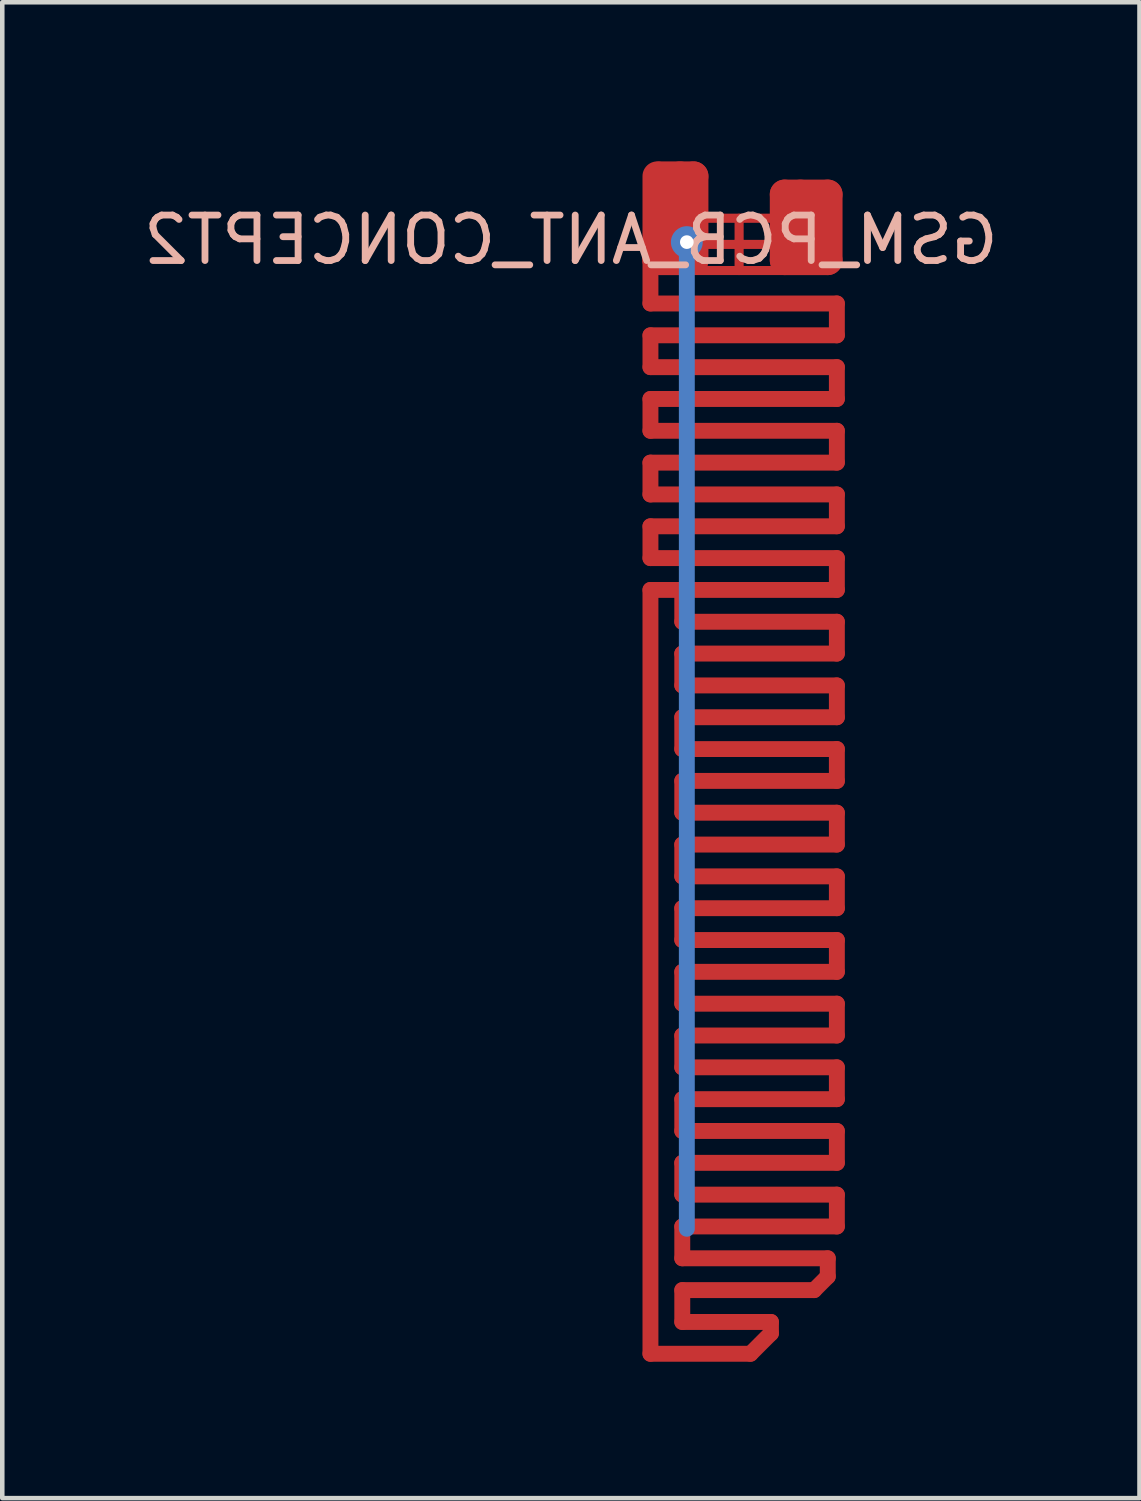
<source format=kicad_pcb>
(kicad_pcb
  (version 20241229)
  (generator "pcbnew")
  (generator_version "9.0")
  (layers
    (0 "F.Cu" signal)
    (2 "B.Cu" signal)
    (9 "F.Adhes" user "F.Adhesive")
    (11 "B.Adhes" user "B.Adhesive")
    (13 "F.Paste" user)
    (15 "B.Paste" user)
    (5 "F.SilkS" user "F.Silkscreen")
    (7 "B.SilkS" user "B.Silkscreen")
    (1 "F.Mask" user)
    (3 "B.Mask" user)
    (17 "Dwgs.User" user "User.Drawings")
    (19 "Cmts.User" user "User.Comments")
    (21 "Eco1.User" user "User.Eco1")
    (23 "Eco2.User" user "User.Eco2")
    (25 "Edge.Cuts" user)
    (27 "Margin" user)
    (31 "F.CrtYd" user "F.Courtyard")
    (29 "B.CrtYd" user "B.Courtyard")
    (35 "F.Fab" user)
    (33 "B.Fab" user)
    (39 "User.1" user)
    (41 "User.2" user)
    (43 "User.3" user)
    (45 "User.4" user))
  (footprint "GSM_PCB_ANT_CONCEPT2"
    (layer "F.Cu")
    (at 13.206 2.325)
    (property "Reference" "GSM_PCB_ANT_CONCEPT2" (at -3.7 -0.1 0) (layer "B.SilkS") (effects (font (size 1 1) (thickness 0.15)) (justify mirror)))
    (attr through_hole)
    (fp_line (start -1.95 1.3) (end -1.95 0.2) (stroke (width 0.35) (type solid)) (layer "F.Cu"))
    (fp_line (start -1.95 2.7) (end -1.95 2) (stroke (width 0.35) (type solid)) (layer "F.Cu"))
    (fp_line (start -1.95 4.1) (end -1.95 3.4) (stroke (width 0.35) (type solid)) (layer "F.Cu"))
    (fp_line (start -1.95 5.5) (end -1.95 4.8) (stroke (width 0.35) (type solid)) (layer "F.Cu"))
    (fp_line (start -1.95 6.9) (end -1.95 6.2) (stroke (width 0.35) (type solid)) (layer "F.Cu"))
    (fp_line (start -1.95 24.4) (end -1.95 7.6) (stroke (width 0.35) (type solid)) (layer "F.Cu"))
    (fp_line (start -1.8 -0.575) (end 1.9 -0.575) (stroke (width 0.2) (type solid)) (layer "F.Cu"))
    (fp_line (start -1.8 0.35) (end -1.8 -1.5) (stroke (width 0.65) (type solid)) (layer "F.Cu"))
    (fp_line (start -1.75 0) (end 1.95 0) (stroke (width 0.2) (type solid)) (layer "F.Cu"))
    (fp_line (start -1.75 0.575) (end 1.95 0.575) (stroke (width 0.2) (type solid)) (layer "F.Cu"))
    (fp_line (start -1.3 0) (end -1.3 -1.5) (stroke (width 0.65) (type solid)) (layer "F.Cu"))
    (fp_line (start -1.25 7.6) (end -1.95 7.6) (stroke (width 0.35) (type solid)) (layer "F.Cu"))
    (fp_line (start -1.25 8.3) (end -1.25 7.6) (stroke (width 0.35) (type solid)) (layer "F.Cu"))
    (fp_line (start -1.25 9.7) (end -1.25 9) (stroke (width 0.35) (type solid)) (layer "F.Cu"))
    (fp_line (start -1.25 11.1) (end -1.25 10.4) (stroke (width 0.35) (type solid)) (layer "F.Cu"))
    (fp_line (start -1.25 12.5) (end -1.25 11.8) (stroke (width 0.35) (type solid)) (layer "F.Cu"))
    (fp_line (start -1.25 13.9) (end -1.25 13.2) (stroke (width 0.35) (type solid)) (layer "F.Cu"))
    (fp_line (start -1.25 15.3) (end -1.25 14.6) (stroke (width 0.35) (type solid)) (layer "F.Cu"))
    (fp_line (start -1.25 16.7) (end -1.25 16) (stroke (width 0.35) (type solid)) (layer "F.Cu"))
    (fp_line (start -1.25 18.1) (end -1.25 17.4) (stroke (width 0.35) (type solid)) (layer "F.Cu"))
    (fp_line (start -1.25 19.5) (end -1.25 18.8) (stroke (width 0.35) (type solid)) (layer "F.Cu"))
    (fp_line (start -1.25 20.9) (end -1.25 20.2) (stroke (width 0.35) (type solid)) (layer "F.Cu"))
    (fp_line (start -1.25 22.3) (end -1.25 21.6) (stroke (width 0.35) (type solid)) (layer "F.Cu"))
    (fp_line (start -1.25 23.7) (end -1.25 23) (stroke (width 0.35) (type solid)) (layer "F.Cu"))
    (fp_line (start -1 -1.5) (end -1.75 -1.5) (stroke (width 0.65) (type solid)) (layer "F.Cu"))
    (fp_line (start -1 0.35) (end -1.8 0.35) (stroke (width 0.65) (type solid)) (layer "F.Cu"))
    (fp_line (start -1 0.35) (end -1 -1.5) (stroke (width 0.65) (type solid)) (layer "F.Cu"))
    (fp_line (start 0 -0.575) (end 0 0.575) (stroke (width 0.2) (type solid)) (layer "F.Cu"))
    (fp_line (start 0.25 24.4) (end -1.95 24.4) (stroke (width 0.35) (type solid)) (layer "F.Cu"))
    (fp_line (start 0.25 24.4) (end 0.7 23.95) (stroke (width 0.35) (type solid)) (layer "F.Cu"))
    (fp_line (start 0.7 23.7) (end -1.25 23.7) (stroke (width 0.35) (type solid)) (layer "F.Cu"))
    (fp_line (start 0.7 23.95) (end 0.7 23.7) (stroke (width 0.35) (type solid)) (layer "F.Cu"))
    (fp_line (start 1 0.35) (end 1 -1.1) (stroke (width 0.65) (type solid)) (layer "F.Cu"))
    (fp_line (start 1.35 0) (end 1.35 -1.1) (stroke (width 0.65) (type solid)) (layer "F.Cu"))
    (fp_line (start 1.65 23) (end -1.25 23) (stroke (width 0.35) (type solid)) (layer "F.Cu"))
    (fp_line (start 1.65 23) (end 1.95 22.7) (stroke (width 0.35) (type solid)) (layer "F.Cu"))
    (fp_line (start 1.95 -1.1) (end 1 -1.1) (stroke (width 0.65) (type solid)) (layer "F.Cu"))
    (fp_line (start 1.95 0.35) (end 1 0.35) (stroke (width 0.65) (type solid)) (layer "F.Cu"))
    (fp_line (start 1.95 0.35) (end 1.95 -1.1) (stroke (width 0.65) (type solid)) (layer "F.Cu"))
    (fp_line (start 1.95 22.3) (end -1.25 22.3) (stroke (width 0.35) (type solid)) (layer "F.Cu"))
    (fp_line (start 1.95 22.7) (end 1.95 22.3) (stroke (width 0.35) (type solid)) (layer "F.Cu"))
    (fp_line (start 2.15 1.3) (end -1.95 1.3) (stroke (width 0.35) (type solid)) (layer "F.Cu"))
    (fp_line (start 2.15 2) (end -1.95 2) (stroke (width 0.35) (type solid)) (layer "F.Cu"))
    (fp_line (start 2.15 2) (end 2.15 1.3) (stroke (width 0.35) (type solid)) (layer "F.Cu"))
    (fp_line (start 2.15 2.7) (end -1.95 2.7) (stroke (width 0.35) (type solid)) (layer "F.Cu"))
    (fp_line (start 2.15 3.4) (end -1.95 3.4) (stroke (width 0.35) (type solid)) (layer "F.Cu"))
    (fp_line (start 2.15 3.4) (end 2.15 2.7) (stroke (width 0.35) (type solid)) (layer "F.Cu"))
    (fp_line (start 2.15 4.1) (end -1.95 4.1) (stroke (width 0.35) (type solid)) (layer "F.Cu"))
    (fp_line (start 2.15 4.8) (end -1.95 4.8) (stroke (width 0.35) (type solid)) (layer "F.Cu"))
    (fp_line (start 2.15 4.8) (end 2.15 4.1) (stroke (width 0.35) (type solid)) (layer "F.Cu"))
    (fp_line (start 2.15 5.5) (end -1.95 5.5) (stroke (width 0.35) (type solid)) (layer "F.Cu"))
    (fp_line (start 2.15 6.2) (end -1.95 6.2) (stroke (width 0.35) (type solid)) (layer "F.Cu"))
    (fp_line (start 2.15 6.2) (end 2.15 5.5) (stroke (width 0.35) (type solid)) (layer "F.Cu"))
    (fp_line (start 2.15 6.9) (end -1.95 6.9) (stroke (width 0.35) (type solid)) (layer "F.Cu"))
    (fp_line (start 2.15 7.6) (end -1.25 7.6) (stroke (width 0.35) (type solid)) (layer "F.Cu"))
    (fp_line (start 2.15 7.6) (end 2.15 6.9) (stroke (width 0.35) (type solid)) (layer "F.Cu"))
    (fp_line (start 2.15 8.3) (end -1.25 8.3) (stroke (width 0.35) (type solid)) (layer "F.Cu"))
    (fp_line (start 2.15 9) (end -1.25 9) (stroke (width 0.35) (type solid)) (layer "F.Cu"))
    (fp_line (start 2.15 9) (end 2.15 8.3) (stroke (width 0.35) (type solid)) (layer "F.Cu"))
    (fp_line (start 2.15 9.7) (end -1.25 9.7) (stroke (width 0.35) (type solid)) (layer "F.Cu"))
    (fp_line (start 2.15 10.4) (end -1.25 10.4) (stroke (width 0.35) (type solid)) (layer "F.Cu"))
    (fp_line (start 2.15 10.4) (end 2.15 9.7) (stroke (width 0.35) (type solid)) (layer "F.Cu"))
    (fp_line (start 2.15 11.1) (end -1.25 11.1) (stroke (width 0.35) (type solid)) (layer "F.Cu"))
    (fp_line (start 2.15 11.8) (end -1.25 11.8) (stroke (width 0.35) (type solid)) (layer "F.Cu"))
    (fp_line (start 2.15 11.8) (end 2.15 11.1) (stroke (width 0.35) (type solid)) (layer "F.Cu"))
    (fp_line (start 2.15 12.5) (end -1.25 12.5) (stroke (width 0.35) (type solid)) (layer "F.Cu"))
    (fp_line (start 2.15 13.2) (end -1.25 13.2) (stroke (width 0.35) (type solid)) (layer "F.Cu"))
    (fp_line (start 2.15 13.2) (end 2.15 12.5) (stroke (width 0.35) (type solid)) (layer "F.Cu"))
    (fp_line (start 2.15 13.9) (end -1.25 13.9) (stroke (width 0.35) (type solid)) (layer "F.Cu"))
    (fp_line (start 2.15 14.6) (end -1.25 14.6) (stroke (width 0.35) (type solid)) (layer "F.Cu"))
    (fp_line (start 2.15 14.6) (end 2.15 13.9) (stroke (width 0.35) (type solid)) (layer "F.Cu"))
    (fp_line (start 2.15 15.3) (end -1.25 15.3) (stroke (width 0.35) (type solid)) (layer "F.Cu"))
    (fp_line (start 2.15 16) (end -1.25 16) (stroke (width 0.35) (type solid)) (layer "F.Cu"))
    (fp_line (start 2.15 16) (end 2.15 15.3) (stroke (width 0.35) (type solid)) (layer "F.Cu"))
    (fp_line (start 2.15 16.7) (end -1.25 16.7) (stroke (width 0.35) (type solid)) (layer "F.Cu"))
    (fp_line (start 2.15 17.4) (end -1.25 17.4) (stroke (width 0.35) (type solid)) (layer "F.Cu"))
    (fp_line (start 2.15 17.4) (end 2.15 16.7) (stroke (width 0.35) (type solid)) (layer "F.Cu"))
    (fp_line (start 2.15 18.1) (end -1.25 18.1) (stroke (width 0.35) (type solid)) (layer "F.Cu"))
    (fp_line (start 2.15 18.8) (end -1.25 18.8) (stroke (width 0.35) (type solid)) (layer "F.Cu"))
    (fp_line (start 2.15 18.8) (end 2.15 18.1) (stroke (width 0.35) (type solid)) (layer "F.Cu"))
    (fp_line (start 2.15 19.5) (end -1.25 19.5) (stroke (width 0.35) (type solid)) (layer "F.Cu"))
    (fp_line (start 2.15 20.2) (end -1.25 20.2) (stroke (width 0.35) (type solid)) (layer "F.Cu"))
    (fp_line (start 2.15 20.2) (end 2.15 19.5) (stroke (width 0.35) (type solid)) (layer "F.Cu"))
    (fp_line (start 2.15 20.9) (end -1.25 20.9) (stroke (width 0.35) (type solid)) (layer "F.Cu"))
    (fp_line (start 2.15 21.6) (end -1.25 21.6) (stroke (width 0.35) (type solid)) (layer "F.Cu"))
    (fp_line (start 2.15 21.6) (end 2.15 20.9) (stroke (width 0.35) (type solid)) (layer "F.Cu"))
    (fp_line (start -1.15 21.65) (end -1.15 0.15) (stroke (width 0.35) (type solid)) (layer "B.Cu"))
    (fp_line (start -2.1 -2.3) (end -2.1 22.6) (stroke (width 0.05) (type solid)) (layer "Eco1.User"))
    (fp_line (start -2.1 -2.3) (end 2.3 -2.3) (stroke (width 0.05) (type solid)) (layer "Eco1.User"))
    (fp_line (start -2.1 22.6) (end 2.1 22.6) (stroke (width 0.05) (type solid)) (layer "Eco1.User"))
    (fp_line (start -2.1 22.7) (end -2.1 22.8) (stroke (width 0.05) (type solid)) (layer "Eco1.User"))
    (fp_line (start -2.1 22.95) (end -2.1 23.05) (stroke (width 0.05) (type solid)) (layer "Eco1.User"))
    (fp_line (start -2.1 23.2) (end -2.1 23.3) (stroke (width 0.05) (type solid)) (layer "Eco1.User"))
    (fp_line (start -2.1 23.45) (end -2.1 23.55) (stroke (width 0.05) (type solid)) (layer "Eco1.User"))
    (fp_line (start -2.1 23.7) (end -2.1 23.8) (stroke (width 0.05) (type solid)) (layer "Eco1.User"))
    (fp_line (start -2.1 23.95) (end -2.1 24.05) (stroke (width 0.05) (type solid)) (layer "Eco1.User"))
    (fp_line (start -2.1 24.15) (end -2 24.15) (stroke (width 0.05) (type solid)) (layer "Eco1.User"))
    (fp_line (start -1.85 24.15) (end -1.75 24.15) (stroke (width 0.05) (type solid)) (layer "Eco1.User"))
    (fp_line (start -1.6 24.15) (end -1.5 24.15) (stroke (width 0.05) (type solid)) (layer "Eco1.User"))
    (fp_line (start -1.35 24.15) (end -1.25 24.15) (stroke (width 0.05) (type solid)) (layer "Eco1.User"))
    (fp_line (start -1.1 24.15) (end -1 24.15) (stroke (width 0.05) (type solid)) (layer "Eco1.User"))
    (fp_line (start -0.85 24.15) (end -0.75 24.15) (stroke (width 0.05) (type solid)) (layer "Eco1.User"))
    (fp_line (start -0.6 24.15) (end -0.5 24.15) (stroke (width 0.05) (type solid)) (layer "Eco1.User"))
    (fp_line (start -0.45 -0.325) (end -0.45 0.325) (stroke (width 0.05) (type solid)) (layer "Eco1.User"))
    (fp_line (start -0.45 -0.325) (end 0.45 -0.325) (stroke (width 0.05) (type solid)) (layer "Eco1.User"))
    (fp_line (start -0.45 0.325) (end 0.45 0.325) (stroke (width 0.05) (type solid)) (layer "Eco1.User"))
    (fp_line (start -0.35 24.15) (end -0.25 24.15) (stroke (width 0.05) (type solid)) (layer "Eco1.User"))
    (fp_line (start -0.1 24.15) (end 0 24.15) (stroke (width 0.05) (type solid)) (layer "Eco1.User"))
    (fp_line (start 0.15 24.15) (end 0.25 24.15) (stroke (width 0.05) (type solid)) (layer "Eco1.User"))
    (fp_line (start 0.4 24.15) (end 0.5 24.15) (stroke (width 0.05) (type solid)) (layer "Eco1.User"))
    (fp_line (start 0.45 -0.325) (end 0.45 0.325) (stroke (width 0.05) (type solid)) (layer "Eco1.User"))
    (fp_line (start 0.675 24.025) (end 0.6 24.1) (stroke (width 0.05) (type solid)) (layer "Eco1.User"))
    (fp_line (start 0.85 23.85) (end 0.775 23.925) (stroke (width 0.05) (type solid)) (layer "Eco1.User"))
    (fp_line (start 1.025 23.675) (end 0.95 23.75) (stroke (width 0.05) (type solid)) (layer "Eco1.User"))
    (fp_line (start 1.2 23.5) (end 1.125 23.575) (stroke (width 0.05) (type solid)) (layer "Eco1.User"))
    (fp_line (start 1.375 23.325) (end 1.3 23.4) (stroke (width 0.05) (type solid)) (layer "Eco1.User"))
    (fp_line (start 1.575 23.125) (end 1.5 23.2) (stroke (width 0.05) (type solid)) (layer "Eco1.User"))
    (fp_line (start 1.775 22.925) (end 1.7 23) (stroke (width 0.05) (type solid)) (layer "Eco1.User"))
    (fp_line (start 1.962 22.738) (end 1.887 22.812) (stroke (width 0.05) (type solid)) (layer "Eco1.User"))
    (fp_line (start 2.3 -2.3) (end 2.3 22.4) (stroke (width 0.05) (type solid)) (layer "Eco1.User"))
    (fp_line (start 2.3 22.4) (end 2.1 22.6) (stroke (width 0.05) (type solid)) (layer "Eco1.User"))
    (pad "1" thru_hole circle (at -1.15 -0.05) (size 0.7 0.7) (drill 0.3) (layers "*.Cu"))
    (pad "1" smd rect (at 0 0) (size 0.2 0.2) (layers "F.Cu")))
  (gr_rect
    (start -3 -3)
    (end 22.012 29.9)
    (stroke (width 0.1) (type default))
    (fill no)
    (layer "Edge.Cuts")))
</source>
